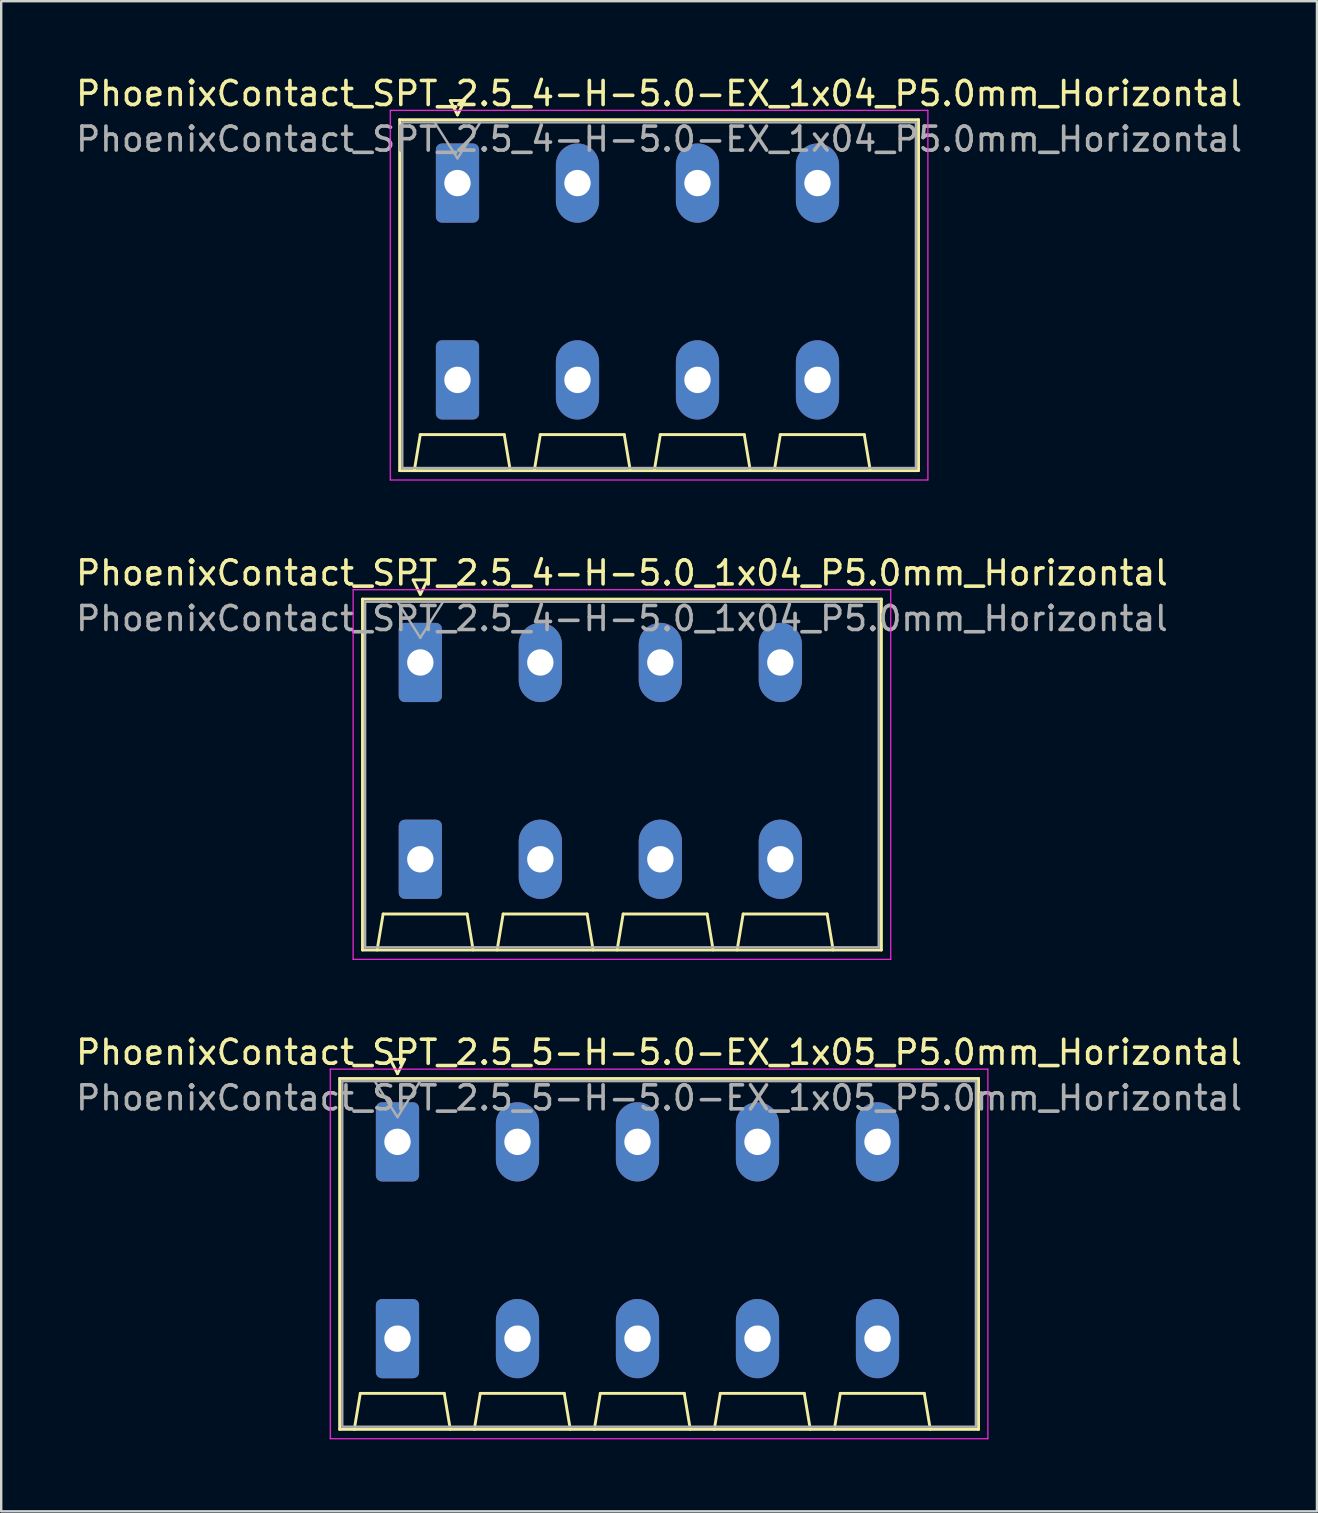
<source format=kicad_pcb>
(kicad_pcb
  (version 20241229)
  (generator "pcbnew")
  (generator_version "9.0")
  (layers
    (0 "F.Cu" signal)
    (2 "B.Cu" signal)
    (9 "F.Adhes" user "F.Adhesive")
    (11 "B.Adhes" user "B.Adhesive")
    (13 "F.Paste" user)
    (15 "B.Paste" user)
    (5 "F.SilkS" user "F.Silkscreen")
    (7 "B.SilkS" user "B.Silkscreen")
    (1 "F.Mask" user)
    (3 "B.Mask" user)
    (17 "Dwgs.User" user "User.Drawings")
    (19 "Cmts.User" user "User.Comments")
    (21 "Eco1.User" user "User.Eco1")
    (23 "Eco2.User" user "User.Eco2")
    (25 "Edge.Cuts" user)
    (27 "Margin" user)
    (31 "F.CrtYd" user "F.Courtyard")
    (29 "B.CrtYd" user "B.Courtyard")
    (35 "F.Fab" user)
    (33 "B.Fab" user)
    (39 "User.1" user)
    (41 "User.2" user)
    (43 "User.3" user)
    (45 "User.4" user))
  (footprint "PhoenixContact_SPT_2.5_5-H-5.0-EX_1x05_P5.0mm_Horizontal"
    (layer "F.Cu")
    (at 13.511 44.525)
    (property "Reference" "PhoenixContact_SPT_2.5_5-H-5.0-EX_1x05_P5.0mm_Horizontal" (at 10.9 -3.73 0) (layer "F.SilkS") (effects (font (size 1 1) (thickness 0.15))))
    (attr through_hole)
    (fp_line (start -2.41 -2.64) (end 24.21 -2.64) (stroke (width 0.12) (type solid)) (layer "F.SilkS"))
    (fp_line (start -2.41 11.98) (end -2.41 -2.64) (stroke (width 0.12) (type solid)) (layer "F.SilkS"))
    (fp_line (start -1.8 11.98) (end -1.55 10.48) (stroke (width 0.12) (type solid)) (layer "F.SilkS"))
    (fp_line (start -1.55 10.48) (end 1.95 10.48) (stroke (width 0.12) (type solid)) (layer "F.SilkS"))
    (fp_line (start -0.3 -3.44) (end 0 -2.84) (stroke (width 0.12) (type solid)) (layer "F.SilkS"))
    (fp_line (start -0.3 -3.44) (end 0.3 -3.44) (stroke (width 0.12) (type solid)) (layer "F.SilkS"))
    (fp_line (start 0.3 -3.44) (end 0 -2.84) (stroke (width 0.12) (type solid)) (layer "F.SilkS"))
    (fp_line (start 2.2 11.98) (end 1.95 10.48) (stroke (width 0.12) (type solid)) (layer "F.SilkS"))
    (fp_line (start 3.2 11.98) (end 3.45 10.48) (stroke (width 0.12) (type solid)) (layer "F.SilkS"))
    (fp_line (start 3.45 10.48) (end 6.95 10.48) (stroke (width 0.12) (type solid)) (layer "F.SilkS"))
    (fp_line (start 7.2 11.98) (end 6.95 10.48) (stroke (width 0.12) (type solid)) (layer "F.SilkS"))
    (fp_line (start 8.2 11.98) (end 8.45 10.48) (stroke (width 0.12) (type solid)) (layer "F.SilkS"))
    (fp_line (start 8.45 10.48) (end 11.95 10.48) (stroke (width 0.12) (type solid)) (layer "F.SilkS"))
    (fp_line (start 12.2 11.98) (end 11.95 10.48) (stroke (width 0.12) (type solid)) (layer "F.SilkS"))
    (fp_line (start 13.2 11.98) (end 13.45 10.48) (stroke (width 0.12) (type solid)) (layer "F.SilkS"))
    (fp_line (start 13.45 10.48) (end 16.95 10.48) (stroke (width 0.12) (type solid)) (layer "F.SilkS"))
    (fp_line (start 17.2 11.98) (end 16.95 10.48) (stroke (width 0.12) (type solid)) (layer "F.SilkS"))
    (fp_line (start 18.2 11.98) (end 18.45 10.48) (stroke (width 0.12) (type solid)) (layer "F.SilkS"))
    (fp_line (start 18.45 10.48) (end 21.95 10.48) (stroke (width 0.12) (type solid)) (layer "F.SilkS"))
    (fp_line (start 22.2 11.98) (end 21.95 10.48) (stroke (width 0.12) (type solid)) (layer "F.SilkS"))
    (fp_line (start 24.21 -2.64) (end 24.21 11.98) (stroke (width 0.12) (type solid)) (layer "F.SilkS"))
    (fp_line (start 24.21 11.98) (end -2.41 11.98) (stroke (width 0.12) (type solid)) (layer "F.SilkS"))
    (fp_line (start -2.8 -3.03) (end -2.8 12.37) (stroke (width 0.05) (type solid)) (layer "F.CrtYd"))
    (fp_line (start -2.8 12.37) (end 24.6 12.37) (stroke (width 0.05) (type solid)) (layer "F.CrtYd"))
    (fp_line (start 24.6 -3.03) (end -2.8 -3.03) (stroke (width 0.05) (type solid)) (layer "F.CrtYd"))
    (fp_line (start 24.6 12.37) (end 24.6 -3.03) (stroke (width 0.05) (type solid)) (layer "F.CrtYd"))
    (fp_line (start -2.3 -2.53) (end -2.3 11.87) (stroke (width 0.1) (type solid)) (layer "F.Fab"))
    (fp_line (start -2.3 11.87) (end 24.1 11.87) (stroke (width 0.1) (type solid)) (layer "F.Fab"))
    (fp_line (start -0.95 -2.53) (end 0 -1.03) (stroke (width 0.1) (type solid)) (layer "F.Fab"))
    (fp_line (start 0.95 -2.53) (end 0 -1.03) (stroke (width 0.1) (type solid)) (layer "F.Fab"))
    (fp_line (start 24.1 -2.53) (end -2.3 -2.53) (stroke (width 0.1) (type solid)) (layer "F.Fab"))
    (fp_line (start 24.1 11.87) (end 24.1 -2.53) (stroke (width 0.1) (type solid)) (layer "F.Fab"))
    (fp_text user "${REFERENCE}" (at 10.9 -1.83 0) (layer "F.Fab") (effects (font (size 1 1) (thickness 0.15))))
    (pad "1" thru_hole roundrect (at 0 0) (size 1.8 3.3) (drill 1.1) (layers "*.Cu" "*.Mask") (roundrect_rratio 0.139))
    (pad "1" thru_hole roundrect (at 0 8.2) (size 1.8 3.3) (drill 1.1) (layers "*.Cu" "*.Mask") (roundrect_rratio 0.139))
    (pad "2" thru_hole oval (at 5 0) (size 1.8 3.3) (drill 1.1) (layers "*.Cu" "*.Mask"))
    (pad "2" thru_hole oval (at 5 8.2) (size 1.8 3.3) (drill 1.1) (layers "*.Cu" "*.Mask"))
    (pad "3" thru_hole oval (at 10 0) (size 1.8 3.3) (drill 1.1) (layers "*.Cu" "*.Mask"))
    (pad "3" thru_hole oval (at 10 8.2) (size 1.8 3.3) (drill 1.1) (layers "*.Cu" "*.Mask"))
    (pad "4" thru_hole oval (at 15 0) (size 1.8 3.3) (drill 1.1) (layers "*.Cu" "*.Mask"))
    (pad "4" thru_hole oval (at 15 8.2) (size 1.8 3.3) (drill 1.1) (layers "*.Cu" "*.Mask"))
    (pad "5" thru_hole oval (at 20 0) (size 1.8 3.3) (drill 1.1) (layers "*.Cu" "*.Mask"))
    (pad "5" thru_hole oval (at 20 8.2) (size 1.8 3.3) (drill 1.1) (layers "*.Cu" "*.Mask")))
  (footprint "PhoenixContact_SPT_2.5_4-H-5.0-EX_1x04_P5.0mm_Horizontal"
    (layer "F.Cu")
    (at 16.011 4.578)
    (property "Reference" "PhoenixContact_SPT_2.5_4-H-5.0-EX_1x04_P5.0mm_Horizontal" (at 8.4 -3.73 0) (layer "F.SilkS") (effects (font (size 1 1) (thickness 0.15))))
    (attr through_hole)
    (fp_line (start -2.41 -2.64) (end 19.21 -2.64) (stroke (width 0.12) (type solid)) (layer "F.SilkS"))
    (fp_line (start -2.41 11.98) (end -2.41 -2.64) (stroke (width 0.12) (type solid)) (layer "F.SilkS"))
    (fp_line (start -1.8 11.98) (end -1.55 10.48) (stroke (width 0.12) (type solid)) (layer "F.SilkS"))
    (fp_line (start -1.55 10.48) (end 1.95 10.48) (stroke (width 0.12) (type solid)) (layer "F.SilkS"))
    (fp_line (start -0.3 -3.44) (end 0 -2.84) (stroke (width 0.12) (type solid)) (layer "F.SilkS"))
    (fp_line (start -0.3 -3.44) (end 0.3 -3.44) (stroke (width 0.12) (type solid)) (layer "F.SilkS"))
    (fp_line (start 0.3 -3.44) (end 0 -2.84) (stroke (width 0.12) (type solid)) (layer "F.SilkS"))
    (fp_line (start 2.2 11.98) (end 1.95 10.48) (stroke (width 0.12) (type solid)) (layer "F.SilkS"))
    (fp_line (start 3.2 11.98) (end 3.45 10.48) (stroke (width 0.12) (type solid)) (layer "F.SilkS"))
    (fp_line (start 3.45 10.48) (end 6.95 10.48) (stroke (width 0.12) (type solid)) (layer "F.SilkS"))
    (fp_line (start 7.2 11.98) (end 6.95 10.48) (stroke (width 0.12) (type solid)) (layer "F.SilkS"))
    (fp_line (start 8.2 11.98) (end 8.45 10.48) (stroke (width 0.12) (type solid)) (layer "F.SilkS"))
    (fp_line (start 8.45 10.48) (end 11.95 10.48) (stroke (width 0.12) (type solid)) (layer "F.SilkS"))
    (fp_line (start 12.2 11.98) (end 11.95 10.48) (stroke (width 0.12) (type solid)) (layer "F.SilkS"))
    (fp_line (start 13.2 11.98) (end 13.45 10.48) (stroke (width 0.12) (type solid)) (layer "F.SilkS"))
    (fp_line (start 13.45 10.48) (end 16.95 10.48) (stroke (width 0.12) (type solid)) (layer "F.SilkS"))
    (fp_line (start 17.2 11.98) (end 16.95 10.48) (stroke (width 0.12) (type solid)) (layer "F.SilkS"))
    (fp_line (start 19.21 -2.64) (end 19.21 11.98) (stroke (width 0.12) (type solid)) (layer "F.SilkS"))
    (fp_line (start 19.21 11.98) (end -2.41 11.98) (stroke (width 0.12) (type solid)) (layer "F.SilkS"))
    (fp_line (start -2.8 -3.03) (end -2.8 12.37) (stroke (width 0.05) (type solid)) (layer "F.CrtYd"))
    (fp_line (start -2.8 12.37) (end 19.6 12.37) (stroke (width 0.05) (type solid)) (layer "F.CrtYd"))
    (fp_line (start 19.6 -3.03) (end -2.8 -3.03) (stroke (width 0.05) (type solid)) (layer "F.CrtYd"))
    (fp_line (start 19.6 12.37) (end 19.6 -3.03) (stroke (width 0.05) (type solid)) (layer "F.CrtYd"))
    (fp_line (start -2.3 -2.53) (end -2.3 11.87) (stroke (width 0.1) (type solid)) (layer "F.Fab"))
    (fp_line (start -2.3 11.87) (end 19.1 11.87) (stroke (width 0.1) (type solid)) (layer "F.Fab"))
    (fp_line (start -0.95 -2.53) (end 0 -1.03) (stroke (width 0.1) (type solid)) (layer "F.Fab"))
    (fp_line (start 0.95 -2.53) (end 0 -1.03) (stroke (width 0.1) (type solid)) (layer "F.Fab"))
    (fp_line (start 19.1 -2.53) (end -2.3 -2.53) (stroke (width 0.1) (type solid)) (layer "F.Fab"))
    (fp_line (start 19.1 11.87) (end 19.1 -2.53) (stroke (width 0.1) (type solid)) (layer "F.Fab"))
    (fp_text user "${REFERENCE}" (at 8.4 -1.83 0) (layer "F.Fab") (effects (font (size 1 1) (thickness 0.15))))
    (pad "1" thru_hole roundrect (at 0 0) (size 1.8 3.3) (drill 1.1) (layers "*.Cu" "*.Mask") (roundrect_rratio 0.139))
    (pad "1" thru_hole roundrect (at 0 8.2) (size 1.8 3.3) (drill 1.1) (layers "*.Cu" "*.Mask") (roundrect_rratio 0.139))
    (pad "2" thru_hole oval (at 5 0) (size 1.8 3.3) (drill 1.1) (layers "*.Cu" "*.Mask"))
    (pad "2" thru_hole oval (at 5 8.2) (size 1.8 3.3) (drill 1.1) (layers "*.Cu" "*.Mask"))
    (pad "3" thru_hole oval (at 10 0) (size 1.8 3.3) (drill 1.1) (layers "*.Cu" "*.Mask"))
    (pad "3" thru_hole oval (at 10 8.2) (size 1.8 3.3) (drill 1.1) (layers "*.Cu" "*.Mask"))
    (pad "4" thru_hole oval (at 15 0) (size 1.8 3.3) (drill 1.1) (layers "*.Cu" "*.Mask"))
    (pad "4" thru_hole oval (at 15 8.2) (size 1.8 3.3) (drill 1.1) (layers "*.Cu" "*.Mask")))
  (footprint "PhoenixContact_SPT_2.5_4-H-5.0_1x04_P5.0mm_Horizontal"
    (layer "F.Cu")
    (at 14.463 24.552)
    (property "Reference" "PhoenixContact_SPT_2.5_4-H-5.0_1x04_P5.0mm_Horizontal" (at 8.4 -3.73 0) (layer "F.SilkS") (effects (font (size 1 1) (thickness 0.15))))
    (attr through_hole)
    (fp_line (start -2.41 -2.64) (end 19.21 -2.64) (stroke (width 0.12) (type solid)) (layer "F.SilkS"))
    (fp_line (start -2.41 11.98) (end -2.41 -2.64) (stroke (width 0.12) (type solid)) (layer "F.SilkS"))
    (fp_line (start -1.8 11.98) (end -1.55 10.48) (stroke (width 0.12) (type solid)) (layer "F.SilkS"))
    (fp_line (start -1.55 10.48) (end 1.95 10.48) (stroke (width 0.12) (type solid)) (layer "F.SilkS"))
    (fp_line (start -0.3 -3.44) (end 0 -2.84) (stroke (width 0.12) (type solid)) (layer "F.SilkS"))
    (fp_line (start -0.3 -3.44) (end 0.3 -3.44) (stroke (width 0.12) (type solid)) (layer "F.SilkS"))
    (fp_line (start 0.3 -3.44) (end 0 -2.84) (stroke (width 0.12) (type solid)) (layer "F.SilkS"))
    (fp_line (start 2.2 11.98) (end 1.95 10.48) (stroke (width 0.12) (type solid)) (layer "F.SilkS"))
    (fp_line (start 3.2 11.98) (end 3.45 10.48) (stroke (width 0.12) (type solid)) (layer "F.SilkS"))
    (fp_line (start 3.45 10.48) (end 6.95 10.48) (stroke (width 0.12) (type solid)) (layer "F.SilkS"))
    (fp_line (start 7.2 11.98) (end 6.95 10.48) (stroke (width 0.12) (type solid)) (layer "F.SilkS"))
    (fp_line (start 8.2 11.98) (end 8.45 10.48) (stroke (width 0.12) (type solid)) (layer "F.SilkS"))
    (fp_line (start 8.45 10.48) (end 11.95 10.48) (stroke (width 0.12) (type solid)) (layer "F.SilkS"))
    (fp_line (start 12.2 11.98) (end 11.95 10.48) (stroke (width 0.12) (type solid)) (layer "F.SilkS"))
    (fp_line (start 13.2 11.98) (end 13.45 10.48) (stroke (width 0.12) (type solid)) (layer "F.SilkS"))
    (fp_line (start 13.45 10.48) (end 16.95 10.48) (stroke (width 0.12) (type solid)) (layer "F.SilkS"))
    (fp_line (start 17.2 11.98) (end 16.95 10.48) (stroke (width 0.12) (type solid)) (layer "F.SilkS"))
    (fp_line (start 19.21 -2.64) (end 19.21 11.98) (stroke (width 0.12) (type solid)) (layer "F.SilkS"))
    (fp_line (start 19.21 11.98) (end -2.41 11.98) (stroke (width 0.12) (type solid)) (layer "F.SilkS"))
    (fp_line (start -2.8 -3.03) (end -2.8 12.37) (stroke (width 0.05) (type solid)) (layer "F.CrtYd"))
    (fp_line (start -2.8 12.37) (end 19.6 12.37) (stroke (width 0.05) (type solid)) (layer "F.CrtYd"))
    (fp_line (start 19.6 -3.03) (end -2.8 -3.03) (stroke (width 0.05) (type solid)) (layer "F.CrtYd"))
    (fp_line (start 19.6 12.37) (end 19.6 -3.03) (stroke (width 0.05) (type solid)) (layer "F.CrtYd"))
    (fp_line (start -2.3 -2.53) (end -2.3 11.87) (stroke (width 0.1) (type solid)) (layer "F.Fab"))
    (fp_line (start -2.3 11.87) (end 19.1 11.87) (stroke (width 0.1) (type solid)) (layer "F.Fab"))
    (fp_line (start -0.95 -2.53) (end 0 -1.03) (stroke (width 0.1) (type solid)) (layer "F.Fab"))
    (fp_line (start 0.95 -2.53) (end 0 -1.03) (stroke (width 0.1) (type solid)) (layer "F.Fab"))
    (fp_line (start 19.1 -2.53) (end -2.3 -2.53) (stroke (width 0.1) (type solid)) (layer "F.Fab"))
    (fp_line (start 19.1 11.87) (end 19.1 -2.53) (stroke (width 0.1) (type solid)) (layer "F.Fab"))
    (fp_text user "${REFERENCE}" (at 8.4 -1.83 0) (layer "F.Fab") (effects (font (size 1 1) (thickness 0.15))))
    (pad "1" thru_hole roundrect (at 0 0) (size 1.8 3.3) (drill 1.1) (layers "*.Cu" "*.Mask") (roundrect_rratio 0.139))
    (pad "1" thru_hole roundrect (at 0 8.2) (size 1.8 3.3) (drill 1.1) (layers "*.Cu" "*.Mask") (roundrect_rratio 0.139))
    (pad "2" thru_hole oval (at 5 0) (size 1.8 3.3) (drill 1.1) (layers "*.Cu" "*.Mask"))
    (pad "2" thru_hole oval (at 5 8.2) (size 1.8 3.3) (drill 1.1) (layers "*.Cu" "*.Mask"))
    (pad "3" thru_hole oval (at 10 0) (size 1.8 3.3) (drill 1.1) (layers "*.Cu" "*.Mask"))
    (pad "3" thru_hole oval (at 10 8.2) (size 1.8 3.3) (drill 1.1) (layers "*.Cu" "*.Mask"))
    (pad "4" thru_hole oval (at 15 0) (size 1.8 3.3) (drill 1.1) (layers "*.Cu" "*.Mask"))
    (pad "4" thru_hole oval (at 15 8.2) (size 1.8 3.3) (drill 1.1) (layers "*.Cu" "*.Mask")))
  (gr_rect
    (start -3 -3)
    (end 51.821 59.92)
    (stroke (width 0.1) (type default))
    (fill no)
    (layer "Edge.Cuts")))
</source>
